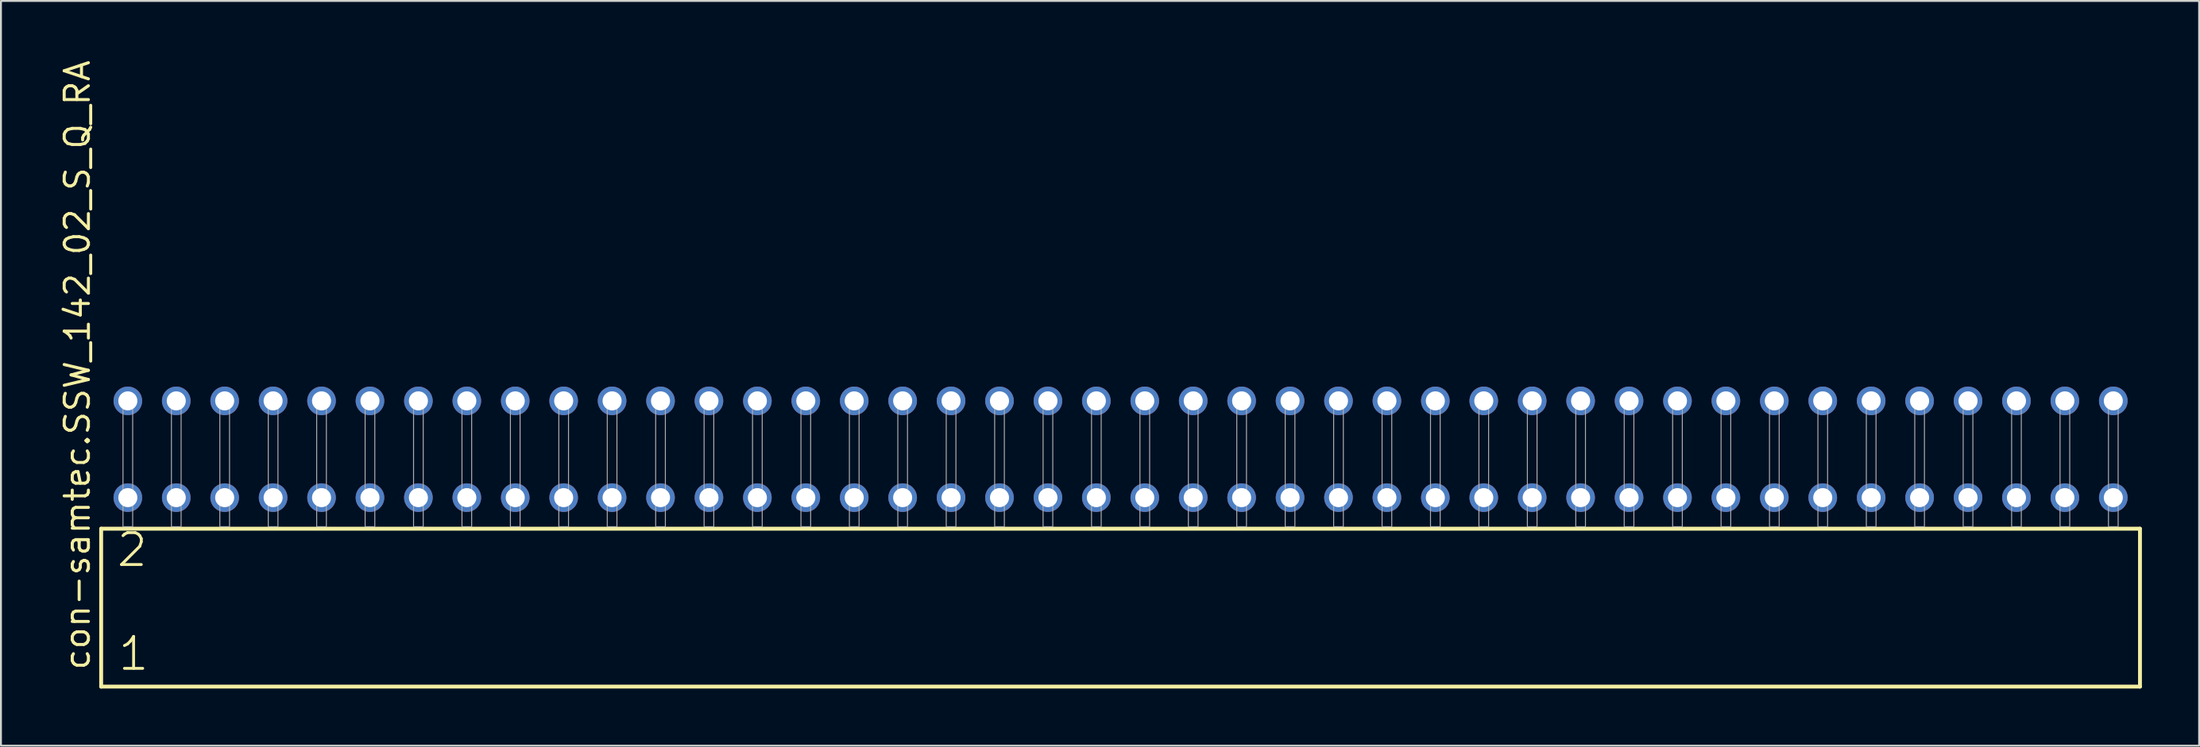
<source format=kicad_pcb>
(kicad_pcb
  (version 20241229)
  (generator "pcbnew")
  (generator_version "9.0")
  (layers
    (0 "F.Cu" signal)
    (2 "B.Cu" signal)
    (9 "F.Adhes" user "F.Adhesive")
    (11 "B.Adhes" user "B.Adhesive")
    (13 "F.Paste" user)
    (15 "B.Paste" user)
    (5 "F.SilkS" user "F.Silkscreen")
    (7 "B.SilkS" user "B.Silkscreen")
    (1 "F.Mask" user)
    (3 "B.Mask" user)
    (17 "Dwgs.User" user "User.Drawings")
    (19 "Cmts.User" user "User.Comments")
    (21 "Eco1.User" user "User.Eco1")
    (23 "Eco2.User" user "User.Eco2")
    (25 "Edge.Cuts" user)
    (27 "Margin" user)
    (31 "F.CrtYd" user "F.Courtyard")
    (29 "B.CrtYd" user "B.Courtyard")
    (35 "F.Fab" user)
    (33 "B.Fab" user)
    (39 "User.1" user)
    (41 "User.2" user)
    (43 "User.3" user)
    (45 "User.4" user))
  (footprint "con-samtec.SSW_142_02_S_Q_RA"
    (layer "F.Cu")
    (at 55.725 24.598)
    (property "Reference" "con-samtec.SSW_142_02_S_Q_RA" (at -53.975 7.62 90) (layer "F.SilkS") (effects (font (size 1.27 1.27) (thickness 0.16)) (justify left bottom)))
    (attr through_hole)
    (fp_line (start -53.469 0.106) (end -53.469 8.396) (stroke (width 0.203) (type default)) (layer "F.SilkS"))
    (fp_line (start -53.469 8.396) (end 53.469 8.396) (stroke (width 0.203) (type default)) (layer "F.SilkS"))
    (fp_line (start 53.469 0.106) (end -53.469 0.106) (stroke (width 0.203) (type default)) (layer "F.SilkS"))
    (fp_line (start 53.469 8.396) (end 53.469 0.106) (stroke (width 0.203) (type default)) (layer "F.SilkS"))
    (fp_rect (start -52.324 0) (end -51.816 -6.858) (stroke (width 0.05) (type default)) (fill no) (layer "F.Fab"))
    (fp_rect (start -49.784 0) (end -49.276 -6.858) (stroke (width 0.05) (type default)) (fill no) (layer "F.Fab"))
    (fp_rect (start -47.244 0) (end -46.736 -6.858) (stroke (width 0.05) (type default)) (fill no) (layer "F.Fab"))
    (fp_rect (start -44.704 0) (end -44.196 -6.858) (stroke (width 0.05) (type default)) (fill no) (layer "F.Fab"))
    (fp_rect (start -42.164 0) (end -41.656 -6.858) (stroke (width 0.05) (type default)) (fill no) (layer "F.Fab"))
    (fp_rect (start -39.624 0) (end -39.116 -6.858) (stroke (width 0.05) (type default)) (fill no) (layer "F.Fab"))
    (fp_rect (start -37.084 0) (end -36.576 -6.858) (stroke (width 0.05) (type default)) (fill no) (layer "F.Fab"))
    (fp_rect (start -34.544 0) (end -34.036 -6.858) (stroke (width 0.05) (type default)) (fill no) (layer "F.Fab"))
    (fp_rect (start -32.004 0) (end -31.496 -6.858) (stroke (width 0.05) (type default)) (fill no) (layer "F.Fab"))
    (fp_rect (start -29.464 0) (end -28.956 -6.858) (stroke (width 0.05) (type default)) (fill no) (layer "F.Fab"))
    (fp_rect (start -26.924 0) (end -26.416 -6.858) (stroke (width 0.05) (type default)) (fill no) (layer "F.Fab"))
    (fp_rect (start -24.384 0) (end -23.876 -6.858) (stroke (width 0.05) (type default)) (fill no) (layer "F.Fab"))
    (fp_rect (start -21.844 0) (end -21.336 -6.858) (stroke (width 0.05) (type default)) (fill no) (layer "F.Fab"))
    (fp_rect (start -19.304 0) (end -18.796 -6.858) (stroke (width 0.05) (type default)) (fill no) (layer "F.Fab"))
    (fp_rect (start -16.764 0) (end -16.256 -6.858) (stroke (width 0.05) (type default)) (fill no) (layer "F.Fab"))
    (fp_rect (start -14.224 0) (end -13.716 -6.858) (stroke (width 0.05) (type default)) (fill no) (layer "F.Fab"))
    (fp_rect (start -11.684 0) (end -11.176 -6.858) (stroke (width 0.05) (type default)) (fill no) (layer "F.Fab"))
    (fp_rect (start -9.144 0) (end -8.636 -6.858) (stroke (width 0.05) (type default)) (fill no) (layer "F.Fab"))
    (fp_rect (start -6.604 0) (end -6.096 -6.858) (stroke (width 0.05) (type default)) (fill no) (layer "F.Fab"))
    (fp_rect (start -4.064 0) (end -3.556 -6.858) (stroke (width 0.05) (type default)) (fill no) (layer "F.Fab"))
    (fp_rect (start -1.524 0) (end -1.016 -6.858) (stroke (width 0.05) (type default)) (fill no) (layer "F.Fab"))
    (fp_rect (start 1.016 0) (end 1.524 -6.858) (stroke (width 0.05) (type default)) (fill no) (layer "F.Fab"))
    (fp_rect (start 3.556 0) (end 4.064 -6.858) (stroke (width 0.05) (type default)) (fill no) (layer "F.Fab"))
    (fp_rect (start 6.096 0) (end 6.604 -6.858) (stroke (width 0.05) (type default)) (fill no) (layer "F.Fab"))
    (fp_rect (start 8.636 0) (end 9.144 -6.858) (stroke (width 0.05) (type default)) (fill no) (layer "F.Fab"))
    (fp_rect (start 11.176 0) (end 11.684 -6.858) (stroke (width 0.05) (type default)) (fill no) (layer "F.Fab"))
    (fp_rect (start 13.716 0) (end 14.224 -6.858) (stroke (width 0.05) (type default)) (fill no) (layer "F.Fab"))
    (fp_rect (start 16.256 0) (end 16.764 -6.858) (stroke (width 0.05) (type default)) (fill no) (layer "F.Fab"))
    (fp_rect (start 18.796 0) (end 19.304 -6.858) (stroke (width 0.05) (type default)) (fill no) (layer "F.Fab"))
    (fp_rect (start 21.336 0) (end 21.844 -6.858) (stroke (width 0.05) (type default)) (fill no) (layer "F.Fab"))
    (fp_rect (start 23.876 0) (end 24.384 -6.858) (stroke (width 0.05) (type default)) (fill no) (layer "F.Fab"))
    (fp_rect (start 26.416 0) (end 26.924 -6.858) (stroke (width 0.05) (type default)) (fill no) (layer "F.Fab"))
    (fp_rect (start 28.956 0) (end 29.464 -6.858) (stroke (width 0.05) (type default)) (fill no) (layer "F.Fab"))
    (fp_rect (start 31.496 0) (end 32.004 -6.858) (stroke (width 0.05) (type default)) (fill no) (layer "F.Fab"))
    (fp_rect (start 34.036 0) (end 34.544 -6.858) (stroke (width 0.05) (type default)) (fill no) (layer "F.Fab"))
    (fp_rect (start 36.576 0) (end 37.084 -6.858) (stroke (width 0.05) (type default)) (fill no) (layer "F.Fab"))
    (fp_rect (start 39.116 0) (end 39.624 -6.858) (stroke (width 0.05) (type default)) (fill no) (layer "F.Fab"))
    (fp_rect (start 41.656 0) (end 42.164 -6.858) (stroke (width 0.05) (type default)) (fill no) (layer "F.Fab"))
    (fp_rect (start 44.196 0) (end 44.704 -6.858) (stroke (width 0.05) (type default)) (fill no) (layer "F.Fab"))
    (fp_rect (start 46.736 0) (end 47.244 -6.858) (stroke (width 0.05) (type default)) (fill no) (layer "F.Fab"))
    (fp_rect (start 49.276 0) (end 49.784 -6.858) (stroke (width 0.05) (type default)) (fill no) (layer "F.Fab"))
    (fp_rect (start 51.816 0) (end 52.324 -6.858) (stroke (width 0.05) (type default)) (fill no) (layer "F.Fab"))
    (fp_text user "1" (at -52.665 7.65 0) (layer "F.SilkS") (effects (font (size 1.676 1.676) (thickness 0.15)) (justify left bottom)))
    (fp_text user "2" (at -52.74 2.2 0) (layer "F.SilkS") (effects (font (size 1.676 1.676) (thickness 0.15)) (justify left bottom)))
    (pad "1" thru_hole circle (at -52.07 -1.524) (size 1.5 1.5) (drill 1) (layers "*.Cu" "*.Mask"))
    (pad "2" thru_hole circle (at -52.07 -6.604) (size 1.5 1.5) (drill 1) (layers "*.Cu" "*.Mask"))
    (pad "3" thru_hole circle (at -49.53 -1.524) (size 1.5 1.5) (drill 1) (layers "*.Cu" "*.Mask"))
    (pad "4" thru_hole circle (at -49.53 -6.604) (size 1.5 1.5) (drill 1) (layers "*.Cu" "*.Mask"))
    (pad "5" thru_hole circle (at -46.99 -1.524) (size 1.5 1.5) (drill 1) (layers "*.Cu" "*.Mask"))
    (pad "6" thru_hole circle (at -46.99 -6.604) (size 1.5 1.5) (drill 1) (layers "*.Cu" "*.Mask"))
    (pad "7" thru_hole circle (at -44.45 -1.524) (size 1.5 1.5) (drill 1) (layers "*.Cu" "*.Mask"))
    (pad "8" thru_hole circle (at -44.45 -6.604) (size 1.5 1.5) (drill 1) (layers "*.Cu" "*.Mask"))
    (pad "9" thru_hole circle (at -41.91 -1.524) (size 1.5 1.5) (drill 1) (layers "*.Cu" "*.Mask"))
    (pad "10" thru_hole circle (at -41.91 -6.604) (size 1.5 1.5) (drill 1) (layers "*.Cu" "*.Mask"))
    (pad "11" thru_hole circle (at -39.37 -1.524) (size 1.5 1.5) (drill 1) (layers "*.Cu" "*.Mask"))
    (pad "12" thru_hole circle (at -39.37 -6.604) (size 1.5 1.5) (drill 1) (layers "*.Cu" "*.Mask"))
    (pad "13" thru_hole circle (at -36.83 -1.524) (size 1.5 1.5) (drill 1) (layers "*.Cu" "*.Mask"))
    (pad "14" thru_hole circle (at -36.83 -6.604) (size 1.5 1.5) (drill 1) (layers "*.Cu" "*.Mask"))
    (pad "15" thru_hole circle (at -34.29 -1.524) (size 1.5 1.5) (drill 1) (layers "*.Cu" "*.Mask"))
    (pad "16" thru_hole circle (at -34.29 -6.604) (size 1.5 1.5) (drill 1) (layers "*.Cu" "*.Mask"))
    (pad "17" thru_hole circle (at -31.75 -1.524) (size 1.5 1.5) (drill 1) (layers "*.Cu" "*.Mask"))
    (pad "18" thru_hole circle (at -31.75 -6.604) (size 1.5 1.5) (drill 1) (layers "*.Cu" "*.Mask"))
    (pad "19" thru_hole circle (at -29.21 -1.524) (size 1.5 1.5) (drill 1) (layers "*.Cu" "*.Mask"))
    (pad "20" thru_hole circle (at -29.21 -6.604) (size 1.5 1.5) (drill 1) (layers "*.Cu" "*.Mask"))
    (pad "21" thru_hole circle (at -26.67 -1.524) (size 1.5 1.5) (drill 1) (layers "*.Cu" "*.Mask"))
    (pad "22" thru_hole circle (at -26.67 -6.604) (size 1.5 1.5) (drill 1) (layers "*.Cu" "*.Mask"))
    (pad "23" thru_hole circle (at -24.13 -1.524) (size 1.5 1.5) (drill 1) (layers "*.Cu" "*.Mask"))
    (pad "24" thru_hole circle (at -24.13 -6.604) (size 1.5 1.5) (drill 1) (layers "*.Cu" "*.Mask"))
    (pad "25" thru_hole circle (at -21.59 -1.524) (size 1.5 1.5) (drill 1) (layers "*.Cu" "*.Mask"))
    (pad "26" thru_hole circle (at -21.59 -6.604) (size 1.5 1.5) (drill 1) (layers "*.Cu" "*.Mask"))
    (pad "27" thru_hole circle (at -19.05 -1.524) (size 1.5 1.5) (drill 1) (layers "*.Cu" "*.Mask"))
    (pad "28" thru_hole circle (at -19.05 -6.604) (size 1.5 1.5) (drill 1) (layers "*.Cu" "*.Mask"))
    (pad "29" thru_hole circle (at -16.51 -1.524) (size 1.5 1.5) (drill 1) (layers "*.Cu" "*.Mask"))
    (pad "30" thru_hole circle (at -16.51 -6.604) (size 1.5 1.5) (drill 1) (layers "*.Cu" "*.Mask"))
    (pad "31" thru_hole circle (at -13.97 -1.524) (size 1.5 1.5) (drill 1) (layers "*.Cu" "*.Mask"))
    (pad "32" thru_hole circle (at -13.97 -6.604) (size 1.5 1.5) (drill 1) (layers "*.Cu" "*.Mask"))
    (pad "33" thru_hole circle (at -11.43 -1.524) (size 1.5 1.5) (drill 1) (layers "*.Cu" "*.Mask"))
    (pad "34" thru_hole circle (at -11.43 -6.604) (size 1.5 1.5) (drill 1) (layers "*.Cu" "*.Mask"))
    (pad "35" thru_hole circle (at -8.89 -1.524) (size 1.5 1.5) (drill 1) (layers "*.Cu" "*.Mask"))
    (pad "36" thru_hole circle (at -8.89 -6.604) (size 1.5 1.5) (drill 1) (layers "*.Cu" "*.Mask"))
    (pad "37" thru_hole circle (at -6.35 -1.524) (size 1.5 1.5) (drill 1) (layers "*.Cu" "*.Mask"))
    (pad "38" thru_hole circle (at -6.35 -6.604) (size 1.5 1.5) (drill 1) (layers "*.Cu" "*.Mask"))
    (pad "39" thru_hole circle (at -3.81 -1.524) (size 1.5 1.5) (drill 1) (layers "*.Cu" "*.Mask"))
    (pad "40" thru_hole circle (at -3.81 -6.604) (size 1.5 1.5) (drill 1) (layers "*.Cu" "*.Mask"))
    (pad "41" thru_hole circle (at -1.27 -1.524) (size 1.5 1.5) (drill 1) (layers "*.Cu" "*.Mask"))
    (pad "42" thru_hole circle (at -1.27 -6.604) (size 1.5 1.5) (drill 1) (layers "*.Cu" "*.Mask"))
    (pad "43" thru_hole circle (at 1.27 -1.524) (size 1.5 1.5) (drill 1) (layers "*.Cu" "*.Mask"))
    (pad "44" thru_hole circle (at 1.27 -6.604) (size 1.5 1.5) (drill 1) (layers "*.Cu" "*.Mask"))
    (pad "45" thru_hole circle (at 3.81 -1.524) (size 1.5 1.5) (drill 1) (layers "*.Cu" "*.Mask"))
    (pad "46" thru_hole circle (at 3.81 -6.604) (size 1.5 1.5) (drill 1) (layers "*.Cu" "*.Mask"))
    (pad "47" thru_hole circle (at 6.35 -1.524) (size 1.5 1.5) (drill 1) (layers "*.Cu" "*.Mask"))
    (pad "48" thru_hole circle (at 6.35 -6.604) (size 1.5 1.5) (drill 1) (layers "*.Cu" "*.Mask"))
    (pad "49" thru_hole circle (at 8.89 -1.524) (size 1.5 1.5) (drill 1) (layers "*.Cu" "*.Mask"))
    (pad "50" thru_hole circle (at 8.89 -6.604) (size 1.5 1.5) (drill 1) (layers "*.Cu" "*.Mask"))
    (pad "51" thru_hole circle (at 11.43 -1.524) (size 1.5 1.5) (drill 1) (layers "*.Cu" "*.Mask"))
    (pad "52" thru_hole circle (at 11.43 -6.604) (size 1.5 1.5) (drill 1) (layers "*.Cu" "*.Mask"))
    (pad "53" thru_hole circle (at 13.97 -1.524) (size 1.5 1.5) (drill 1) (layers "*.Cu" "*.Mask"))
    (pad "54" thru_hole circle (at 13.97 -6.604) (size 1.5 1.5) (drill 1) (layers "*.Cu" "*.Mask"))
    (pad "55" thru_hole circle (at 16.51 -1.524) (size 1.5 1.5) (drill 1) (layers "*.Cu" "*.Mask"))
    (pad "56" thru_hole circle (at 16.51 -6.604) (size 1.5 1.5) (drill 1) (layers "*.Cu" "*.Mask"))
    (pad "57" thru_hole circle (at 19.05 -1.524) (size 1.5 1.5) (drill 1) (layers "*.Cu" "*.Mask"))
    (pad "58" thru_hole circle (at 19.05 -6.604) (size 1.5 1.5) (drill 1) (layers "*.Cu" "*.Mask"))
    (pad "59" thru_hole circle (at 21.59 -1.524) (size 1.5 1.5) (drill 1) (layers "*.Cu" "*.Mask"))
    (pad "60" thru_hole circle (at 21.59 -6.604) (size 1.5 1.5) (drill 1) (layers "*.Cu" "*.Mask"))
    (pad "61" thru_hole circle (at 24.13 -1.524) (size 1.5 1.5) (drill 1) (layers "*.Cu" "*.Mask"))
    (pad "62" thru_hole circle (at 24.13 -6.604) (size 1.5 1.5) (drill 1) (layers "*.Cu" "*.Mask"))
    (pad "63" thru_hole circle (at 26.67 -1.524) (size 1.5 1.5) (drill 1) (layers "*.Cu" "*.Mask"))
    (pad "64" thru_hole circle (at 26.67 -6.604) (size 1.5 1.5) (drill 1) (layers "*.Cu" "*.Mask"))
    (pad "65" thru_hole circle (at 29.21 -1.524) (size 1.5 1.5) (drill 1) (layers "*.Cu" "*.Mask"))
    (pad "66" thru_hole circle (at 29.21 -6.604) (size 1.5 1.5) (drill 1) (layers "*.Cu" "*.Mask"))
    (pad "67" thru_hole circle (at 31.75 -1.524) (size 1.5 1.5) (drill 1) (layers "*.Cu" "*.Mask"))
    (pad "68" thru_hole circle (at 31.75 -6.604) (size 1.5 1.5) (drill 1) (layers "*.Cu" "*.Mask"))
    (pad "69" thru_hole circle (at 34.29 -1.524) (size 1.5 1.5) (drill 1) (layers "*.Cu" "*.Mask"))
    (pad "70" thru_hole circle (at 34.29 -6.604) (size 1.5 1.5) (drill 1) (layers "*.Cu" "*.Mask"))
    (pad "71" thru_hole circle (at 36.83 -1.524) (size 1.5 1.5) (drill 1) (layers "*.Cu" "*.Mask"))
    (pad "72" thru_hole circle (at 36.83 -6.604) (size 1.5 1.5) (drill 1) (layers "*.Cu" "*.Mask"))
    (pad "73" thru_hole circle (at 39.37 -1.524) (size 1.5 1.5) (drill 1) (layers "*.Cu" "*.Mask"))
    (pad "74" thru_hole circle (at 39.37 -6.604) (size 1.5 1.5) (drill 1) (layers "*.Cu" "*.Mask"))
    (pad "75" thru_hole circle (at 41.91 -1.524) (size 1.5 1.5) (drill 1) (layers "*.Cu" "*.Mask"))
    (pad "76" thru_hole circle (at 41.91 -6.604) (size 1.5 1.5) (drill 1) (layers "*.Cu" "*.Mask"))
    (pad "77" thru_hole circle (at 44.45 -1.524) (size 1.5 1.5) (drill 1) (layers "*.Cu" "*.Mask"))
    (pad "78" thru_hole circle (at 44.45 -6.604) (size 1.5 1.5) (drill 1) (layers "*.Cu" "*.Mask"))
    (pad "79" thru_hole circle (at 46.99 -1.524) (size 1.5 1.5) (drill 1) (layers "*.Cu" "*.Mask"))
    (pad "80" thru_hole circle (at 46.99 -6.604) (size 1.5 1.5) (drill 1) (layers "*.Cu" "*.Mask"))
    (pad "81" thru_hole circle (at 49.53 -1.524) (size 1.5 1.5) (drill 1) (layers "*.Cu" "*.Mask"))
    (pad "82" thru_hole circle (at 49.53 -6.604) (size 1.5 1.5) (drill 1) (layers "*.Cu" "*.Mask"))
    (pad "83" thru_hole circle (at 52.07 -1.524) (size 1.5 1.5) (drill 1) (layers "*.Cu" "*.Mask"))
    (pad "84" thru_hole circle (at 52.07 -6.604) (size 1.5 1.5) (drill 1) (layers "*.Cu" "*.Mask")))
  (gr_rect
    (start -3 -3)
    (end 112.296 36.096)
    (stroke (width 0.1) (type default))
    (fill no)
    (layer "Edge.Cuts")))
</source>
